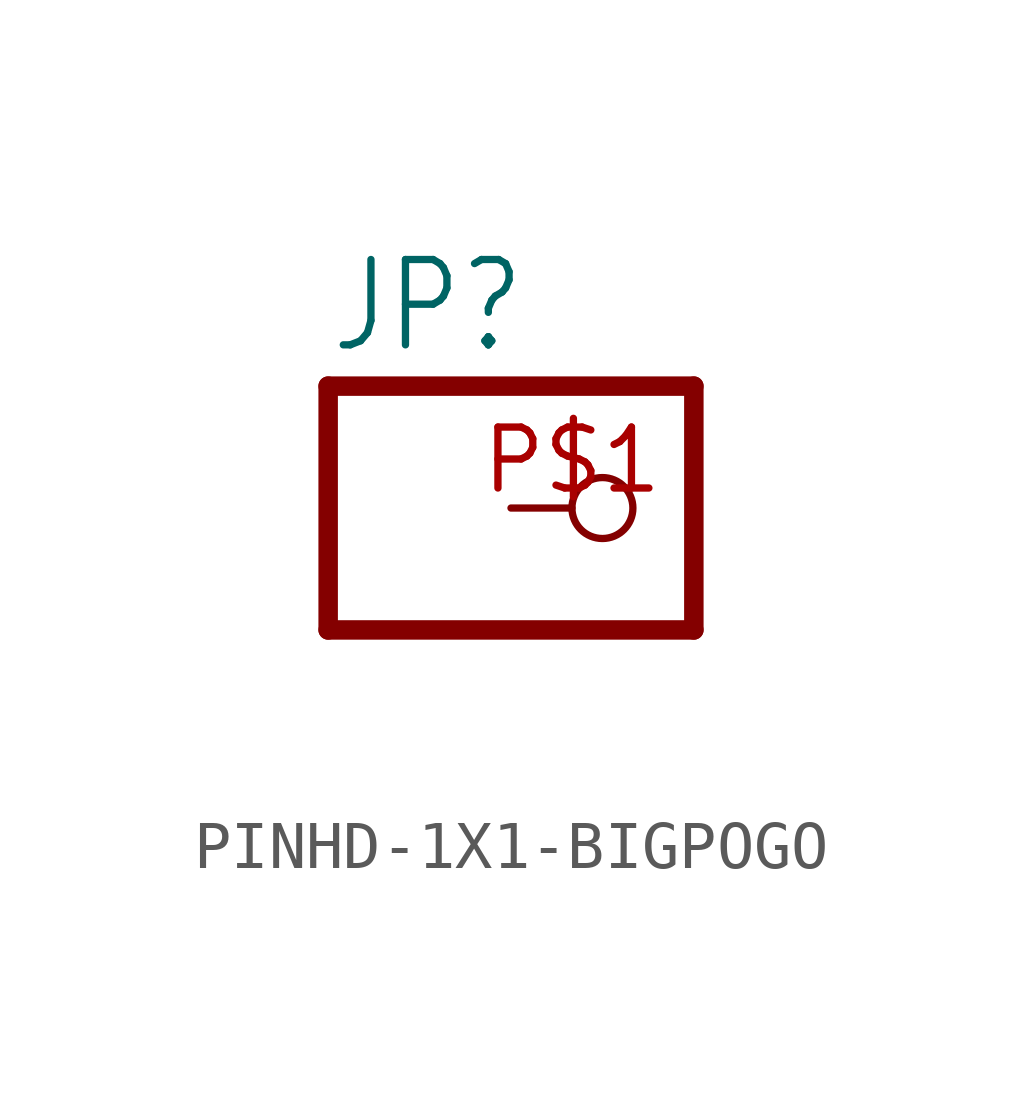
<source format=kicad_sym>
(kicad_symbol_lib
  (version 20231120)
  (generator "kicad_symbol_editor")
  (generator_version "8.0")
  (symbol "PINHD-1X1-BIGPOGO"
    (property "Reference" "JP"
      (at -6.35 3.175 0)
      (effects (font (size 1.778 1.511)) (justify left bottom)))
    (property "Value" ""
      (at -6.35 -5.08 0)
      (effects (font (size 1.778 1.511)) (justify left bottom)))
    (property "ki_locked" ""
      (at 0 0 0)
      (effects (font (size 1.27 1.27))))
    (symbol "PINHD-1X1-BIGPOGO_1_0"
      (polyline (pts (xy -6.35 -2.54) (xy 1.27 -2.54)) (stroke (width 0.406) (type solid)) (fill (type none)))
      (polyline (pts (xy -6.35 2.54) (xy -6.35 -2.54)) (stroke (width 0.406) (type solid)) (fill (type none)))
      (polyline (pts (xy 1.27 -2.54) (xy 1.27 2.54)) (stroke (width 0.406) (type solid)) (fill (type none)))
      (polyline (pts (xy 1.27 2.54) (xy -6.35 2.54)) (stroke (width 0.406) (type solid)) (fill (type none)))
      (pin passive inverted (at -2.54 0 0) (length 2.54) (name "1" (effects (font (size 0 0)))) (number "P$1" (effects (font (size 1.27 1.27))))))))
</source>
